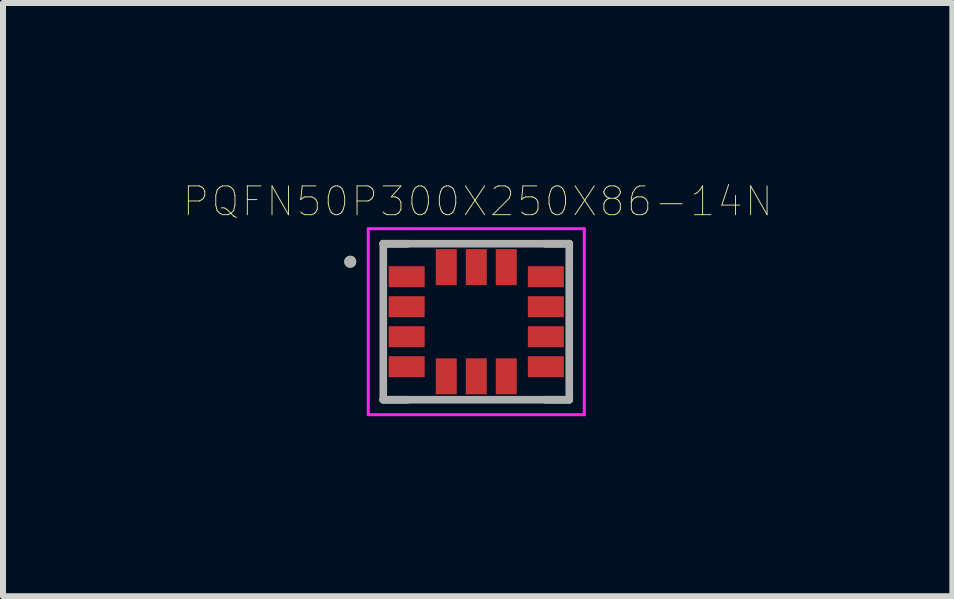
<source format=kicad_pcb>
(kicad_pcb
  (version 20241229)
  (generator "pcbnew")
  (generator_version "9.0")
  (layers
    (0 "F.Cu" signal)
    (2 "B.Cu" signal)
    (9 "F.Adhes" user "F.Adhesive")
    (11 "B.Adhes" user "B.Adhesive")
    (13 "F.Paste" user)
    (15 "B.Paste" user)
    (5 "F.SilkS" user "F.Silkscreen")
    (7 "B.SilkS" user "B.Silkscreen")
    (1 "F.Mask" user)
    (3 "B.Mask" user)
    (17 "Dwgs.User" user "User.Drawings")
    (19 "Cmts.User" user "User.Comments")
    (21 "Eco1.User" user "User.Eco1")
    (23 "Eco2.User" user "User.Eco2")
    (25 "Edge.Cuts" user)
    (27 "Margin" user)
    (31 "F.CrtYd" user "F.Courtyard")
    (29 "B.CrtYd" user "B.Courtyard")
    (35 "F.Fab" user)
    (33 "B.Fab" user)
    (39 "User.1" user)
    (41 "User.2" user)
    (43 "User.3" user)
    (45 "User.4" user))
  (footprint "PQFN50P300X250X86-14N"
    (layer "F.Cu")
    (at 4.888 2.312)
    (property "Reference" "PQFN50P300X250X86-14N" (at 0.024 -2.005 0) (layer "F.SilkS") (effects (font (size 0.48 0.48) (thickness 0.015))))
    (attr through_hole)
    (fp_line (start -1.55 1.3) (end -1.15 1.3) (stroke (width 0.127) (type solid)) (layer "F.SilkS"))
    (fp_line (start -1.15 -1.3) (end -1.55 -1.3) (stroke (width 0.127) (type solid)) (layer "F.SilkS"))
    (fp_line (start 1.55 -1.3) (end 1.15 -1.3) (stroke (width 0.127) (type solid)) (layer "F.SilkS"))
    (fp_line (start 1.55 1.3) (end 1.15 1.3) (stroke (width 0.127) (type solid)) (layer "F.SilkS"))
    (fp_circle (center -2.1 -1) (end -2.05 -1) (stroke (width 0.1) (type solid)) (fill no) (layer "F.SilkS"))
    (fp_line (start -1.8 -1.55) (end -1.8 1.55) (stroke (width 0.05) (type solid)) (layer "F.CrtYd"))
    (fp_line (start -1.8 1.55) (end 1.8 1.55) (stroke (width 0.05) (type solid)) (layer "F.CrtYd"))
    (fp_line (start 1.8 -1.55) (end -1.8 -1.55) (stroke (width 0.05) (type solid)) (layer "F.CrtYd"))
    (fp_line (start 1.8 1.55) (end 1.8 -1.55) (stroke (width 0.05) (type solid)) (layer "F.CrtYd"))
    (fp_line (start -1.55 -1.3) (end 1.55 -1.3) (stroke (width 0.127) (type solid)) (layer "F.Fab"))
    (fp_line (start -1.55 1.3) (end -1.55 -1.3) (stroke (width 0.127) (type solid)) (layer "F.Fab"))
    (fp_line (start 1.55 -1.3) (end 1.55 1.3) (stroke (width 0.127) (type solid)) (layer "F.Fab"))
    (fp_line (start 1.55 1.3) (end -1.55 1.3) (stroke (width 0.127) (type solid)) (layer "F.Fab"))
    (fp_circle (center -2.1 -1) (end -2.05 -1) (stroke (width 0.1) (type solid)) (fill no) (layer "F.Fab"))
    (pad "1" smd rect (at -1.16 -0.75) (size 0.6 0.35) (layers "F.Cu" "F.Mask" "F.Paste"))
    (pad "2" smd rect (at -1.16 -0.25) (size 0.6 0.35) (layers "F.Cu" "F.Mask" "F.Paste"))
    (pad "3" smd rect (at -1.16 0.25) (size 0.6 0.35) (layers "F.Cu" "F.Mask" "F.Paste"))
    (pad "4" smd rect (at -1.16 0.75) (size 0.6 0.35) (layers "F.Cu" "F.Mask" "F.Paste"))
    (pad "5" smd rect (at -0.5 0.91) (size 0.35 0.6) (layers "F.Cu" "F.Mask" "F.Paste"))
    (pad "6" smd rect (at 0 0.91) (size 0.35 0.6) (layers "F.Cu" "F.Mask" "F.Paste"))
    (pad "7" smd rect (at 0.5 0.91) (size 0.35 0.6) (layers "F.Cu" "F.Mask" "F.Paste"))
    (pad "8" smd rect (at 1.16 0.75) (size 0.6 0.35) (layers "F.Cu" "F.Mask" "F.Paste"))
    (pad "9" smd rect (at 1.16 0.25) (size 0.6 0.35) (layers "F.Cu" "F.Mask" "F.Paste"))
    (pad "10" smd rect (at 1.16 -0.25) (size 0.6 0.35) (layers "F.Cu" "F.Mask" "F.Paste"))
    (pad "11" smd rect (at 1.16 -0.75) (size 0.6 0.35) (layers "F.Cu" "F.Mask" "F.Paste"))
    (pad "12" smd rect (at 0.5 -0.91) (size 0.35 0.6) (layers "F.Cu" "F.Mask" "F.Paste"))
    (pad "13" smd rect (at 0 -0.91) (size 0.35 0.6) (layers "F.Cu" "F.Mask" "F.Paste"))
    (pad "14" smd rect (at -0.5 -0.91) (size 0.35 0.6) (layers "F.Cu" "F.Mask" "F.Paste")))
  (gr_rect
    (start -3 -3)
    (end 12.823 6.887)
    (stroke (width 0.1) (type default))
    (fill no)
    (layer "Edge.Cuts")))
</source>
